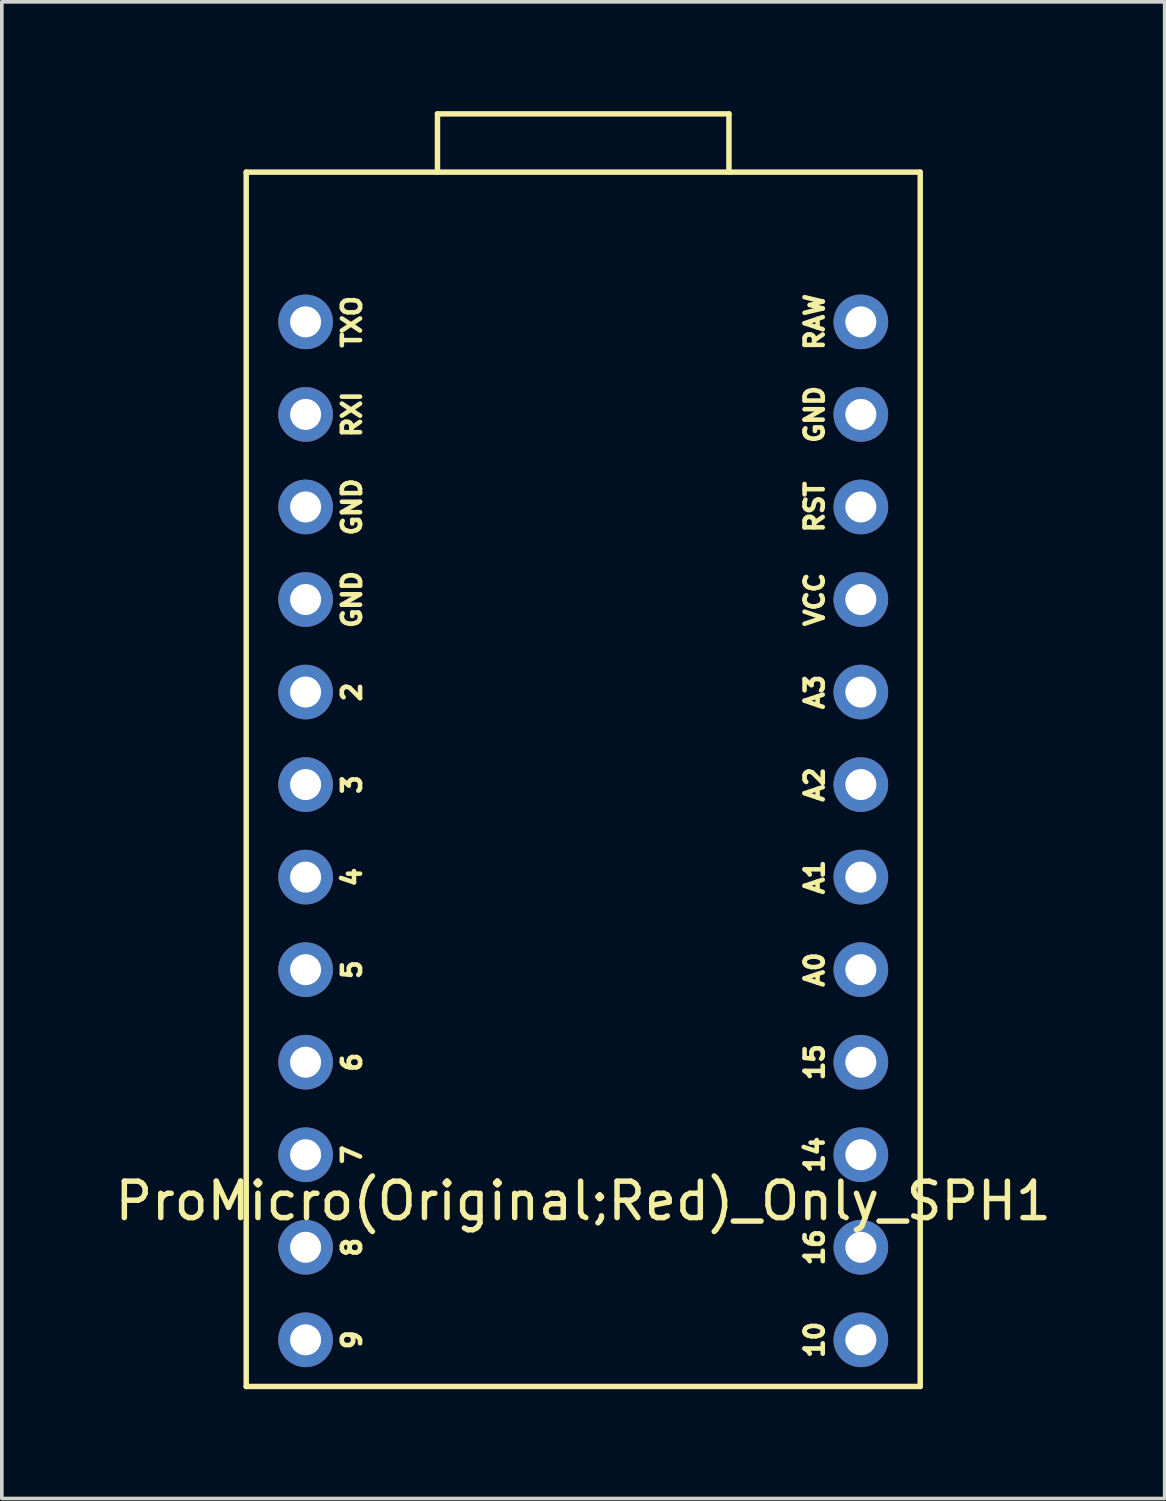
<source format=kicad_pcb>
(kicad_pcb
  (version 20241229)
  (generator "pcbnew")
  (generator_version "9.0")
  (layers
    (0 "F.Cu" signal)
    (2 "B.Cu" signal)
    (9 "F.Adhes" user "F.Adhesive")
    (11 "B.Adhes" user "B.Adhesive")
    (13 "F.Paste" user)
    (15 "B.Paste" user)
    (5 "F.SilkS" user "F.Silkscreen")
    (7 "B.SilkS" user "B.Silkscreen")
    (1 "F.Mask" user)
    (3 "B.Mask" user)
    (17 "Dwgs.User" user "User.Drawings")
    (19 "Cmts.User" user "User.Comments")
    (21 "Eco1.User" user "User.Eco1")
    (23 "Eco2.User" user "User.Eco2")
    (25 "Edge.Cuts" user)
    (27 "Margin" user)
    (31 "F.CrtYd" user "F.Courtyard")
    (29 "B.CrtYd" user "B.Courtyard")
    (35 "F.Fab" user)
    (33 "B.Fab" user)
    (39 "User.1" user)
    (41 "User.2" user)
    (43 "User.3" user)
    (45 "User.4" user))
  (footprint "ProMicro(Original;Red)_Only_SPH1"
    (layer "F.Cu")
    (at 5.338 5.785)
    (property "Reference" "ProMicro(Original;Red)_Only_SPH1" (at 7.62 24.13 0) (layer "F.SilkS") (effects (font (size 1 1) (thickness 0.15))))
    (attr through_hole)
    (fp_line (start -1.63 -4.11) (end -1.63 29.22) (stroke (width 0.15) (type solid)) (layer "F.SilkS"))
    (fp_line (start -1.63 29.22) (end 16.87 29.22) (stroke (width 0.15) (type solid)) (layer "F.SilkS"))
    (fp_line (start 3.62 -5.71) (end 11.62 -5.71) (stroke (width 0.15) (type solid)) (layer "F.SilkS"))
    (fp_line (start 3.62 -4.11) (end 3.62 -5.71) (stroke (width 0.15) (type solid)) (layer "F.SilkS"))
    (fp_line (start 11.62 -5.71) (end 11.62 -4.11) (stroke (width 0.15) (type solid)) (layer "F.SilkS"))
    (fp_line (start 16.87 -4.11) (end -1.63 -4.11) (stroke (width 0.15) (type solid)) (layer "F.SilkS"))
    (fp_line (start 16.87 29.22) (end 16.87 -4.11) (stroke (width 0.15) (type solid)) (layer "F.SilkS"))
    (fp_text user "2" (at 1.27 10.16 90) (layer "F.SilkS") (effects (font (size 0.5 0.5) (thickness 0.125))))
    (fp_text user "16" (at 13.97 25.4 90) (layer "F.SilkS") (effects (font (size 0.5 0.5) (thickness 0.125))))
    (fp_text user "4" (at 1.27 15.24 90) (layer "F.SilkS") (effects (font (size 0.5 0.5) (thickness 0.125))))
    (fp_text user "14" (at 13.97 22.86 90) (layer "F.SilkS") (effects (font (size 0.5 0.5) (thickness 0.125))))
    (fp_text user "TXO" (at 1.27 0 90) (layer "F.SilkS") (effects (font (size 0.5 0.5) (thickness 0.125))))
    (fp_text user "A0" (at 13.97 17.78 90) (layer "F.SilkS") (effects (font (size 0.5 0.5) (thickness 0.125))))
    (fp_text user "A1" (at 13.97 15.24 90) (layer "F.SilkS") (effects (font (size 0.5 0.5) (thickness 0.125))))
    (fp_text user "RST" (at 13.97 5.08 90) (layer "F.SilkS") (effects (font (size 0.5 0.5) (thickness 0.125))))
    (fp_text user "7" (at 1.27 22.86 90) (layer "F.SilkS") (effects (font (size 0.5 0.5) (thickness 0.125))))
    (fp_text user "GND" (at 1.27 5.08 90) (layer "F.SilkS") (effects (font (size 0.5 0.5) (thickness 0.125))))
    (fp_text user "8" (at 1.27 25.4 90) (layer "F.SilkS") (effects (font (size 0.5 0.5) (thickness 0.125))))
    (fp_text user "9" (at 1.27 27.94 90) (layer "F.SilkS") (effects (font (size 0.5 0.5) (thickness 0.125))))
    (fp_text user "RAW" (at 13.97 0 90) (layer "F.SilkS") (effects (font (size 0.5 0.5) (thickness 0.125))))
    (fp_text user "GND" (at 13.97 2.54 90) (layer "F.SilkS") (effects (font (size 0.5 0.5) (thickness 0.125))))
    (fp_text user "RXI" (at 1.27 2.54 90) (layer "F.SilkS") (effects (font (size 0.5 0.5) (thickness 0.125))))
    (fp_text user "6" (at 1.27 20.32 90) (layer "F.SilkS") (effects (font (size 0.5 0.5) (thickness 0.125))))
    (fp_text user "10" (at 13.97 27.94 90) (layer "F.SilkS") (effects (font (size 0.5 0.5) (thickness 0.125))))
    (fp_text user "A3" (at 13.97 10.16 90) (layer "F.SilkS") (effects (font (size 0.5 0.5) (thickness 0.125))))
    (fp_text user "5" (at 1.27 17.78 90) (layer "F.SilkS") (effects (font (size 0.5 0.5) (thickness 0.125))))
    (fp_text user "VCC" (at 13.97 7.62 90) (layer "F.SilkS") (effects (font (size 0.5 0.5) (thickness 0.125))))
    (fp_text user "3" (at 1.27 12.7 90) (layer "F.SilkS") (effects (font (size 0.5 0.5) (thickness 0.125))))
    (fp_text user "15" (at 13.97 20.32 90) (layer "F.SilkS") (effects (font (size 0.5 0.5) (thickness 0.125))))
    (fp_text user "GND" (at 1.27 7.62 90) (layer "F.SilkS") (effects (font (size 0.5 0.5) (thickness 0.125))))
    (fp_text user "A2" (at 13.97 12.7 90) (layer "F.SilkS") (effects (font (size 0.5 0.5) (thickness 0.125))))
    (pad "2" thru_hole circle (at 0 10.16) (size 1.5 1.5) (drill 0.85) (layers "*.Cu" "*.Mask"))
    (pad "3" thru_hole circle (at 0 12.7) (size 1.5 1.5) (drill 0.85) (layers "*.Cu" "*.Mask"))
    (pad "4" thru_hole circle (at 0 15.24) (size 1.5 1.5) (drill 0.85) (layers "*.Cu" "*.Mask"))
    (pad "5" thru_hole circle (at 0 17.78) (size 1.5 1.5) (drill 0.85) (layers "*.Cu" "*.Mask"))
    (pad "6" thru_hole circle (at 0 20.32) (size 1.5 1.5) (drill 0.85) (layers "*.Cu" "*.Mask"))
    (pad "7" thru_hole circle (at 0 22.86) (size 1.5 1.5) (drill 0.85) (layers "*.Cu" "*.Mask"))
    (pad "8" thru_hole circle (at 0 25.4) (size 1.5 1.5) (drill 0.85) (layers "*.Cu" "*.Mask"))
    (pad "9" thru_hole circle (at 0 27.94) (size 1.5 1.5) (drill 0.85) (layers "*.Cu" "*.Mask"))
    (pad "10" thru_hole circle (at 15.24 27.94) (size 1.5 1.5) (drill 0.85) (layers "*.Cu" "*.Mask"))
    (pad "14" thru_hole circle (at 15.24 22.86) (size 1.5 1.5) (drill 0.85) (layers "*.Cu" "*.Mask"))
    (pad "15" thru_hole circle (at 15.24 20.32) (size 1.5 1.5) (drill 0.85) (layers "*.Cu" "*.Mask"))
    (pad "16" thru_hole circle (at 15.24 25.4) (size 1.5 1.5) (drill 0.85) (layers "*.Cu" "*.Mask"))
    (pad "A0" thru_hole circle (at 15.24 17.78) (size 1.5 1.5) (drill 0.85) (layers "*.Cu" "*.Mask"))
    (pad "A1" thru_hole circle (at 15.24 15.24) (size 1.5 1.5) (drill 0.85) (layers "*.Cu" "*.Mask"))
    (pad "A2" thru_hole circle (at 15.24 12.7) (size 1.5 1.5) (drill 0.85) (layers "*.Cu" "*.Mask"))
    (pad "A3" thru_hole circle (at 15.24 10.16) (size 1.5 1.5) (drill 0.85) (layers "*.Cu" "*.Mask"))
    (pad "GND0" thru_hole circle (at 15.24 2.54) (size 1.5 1.5) (drill 0.85) (layers "*.Cu" "*.Mask"))
    (pad "GND1" thru_hole circle (at 0 5.08) (size 1.5 1.5) (drill 0.85) (layers "*.Cu" "*.Mask"))
    (pad "GND2" thru_hole circle (at 0 7.62) (size 1.5 1.5) (drill 0.85) (layers "*.Cu" "*.Mask"))
    (pad "RAW" thru_hole circle (at 15.24 0) (size 1.5 1.5) (drill 0.85) (layers "*.Cu" "*.Mask"))
    (pad "RST" thru_hole circle (at 15.24 5.08) (size 1.5 1.5) (drill 0.85) (layers "*.Cu" "*.Mask"))
    (pad "RXI" thru_hole circle (at 0 2.54) (size 1.5 1.5) (drill 0.85) (layers "*.Cu" "*.Mask"))
    (pad "TXO" thru_hole circle (at 0 0 90) (size 1.5 1.5) (drill 0.85) (layers "*.Cu" "*.Mask"))
    (pad "VCC" thru_hole circle (at 15.24 7.62) (size 1.5 1.5) (drill 0.85) (layers "*.Cu" "*.Mask")))
  (gr_rect
    (start -3 -3)
    (end 28.917 38.08)
    (stroke (width 0.1) (type default))
    (fill no)
    (layer "Edge.Cuts")))
</source>
